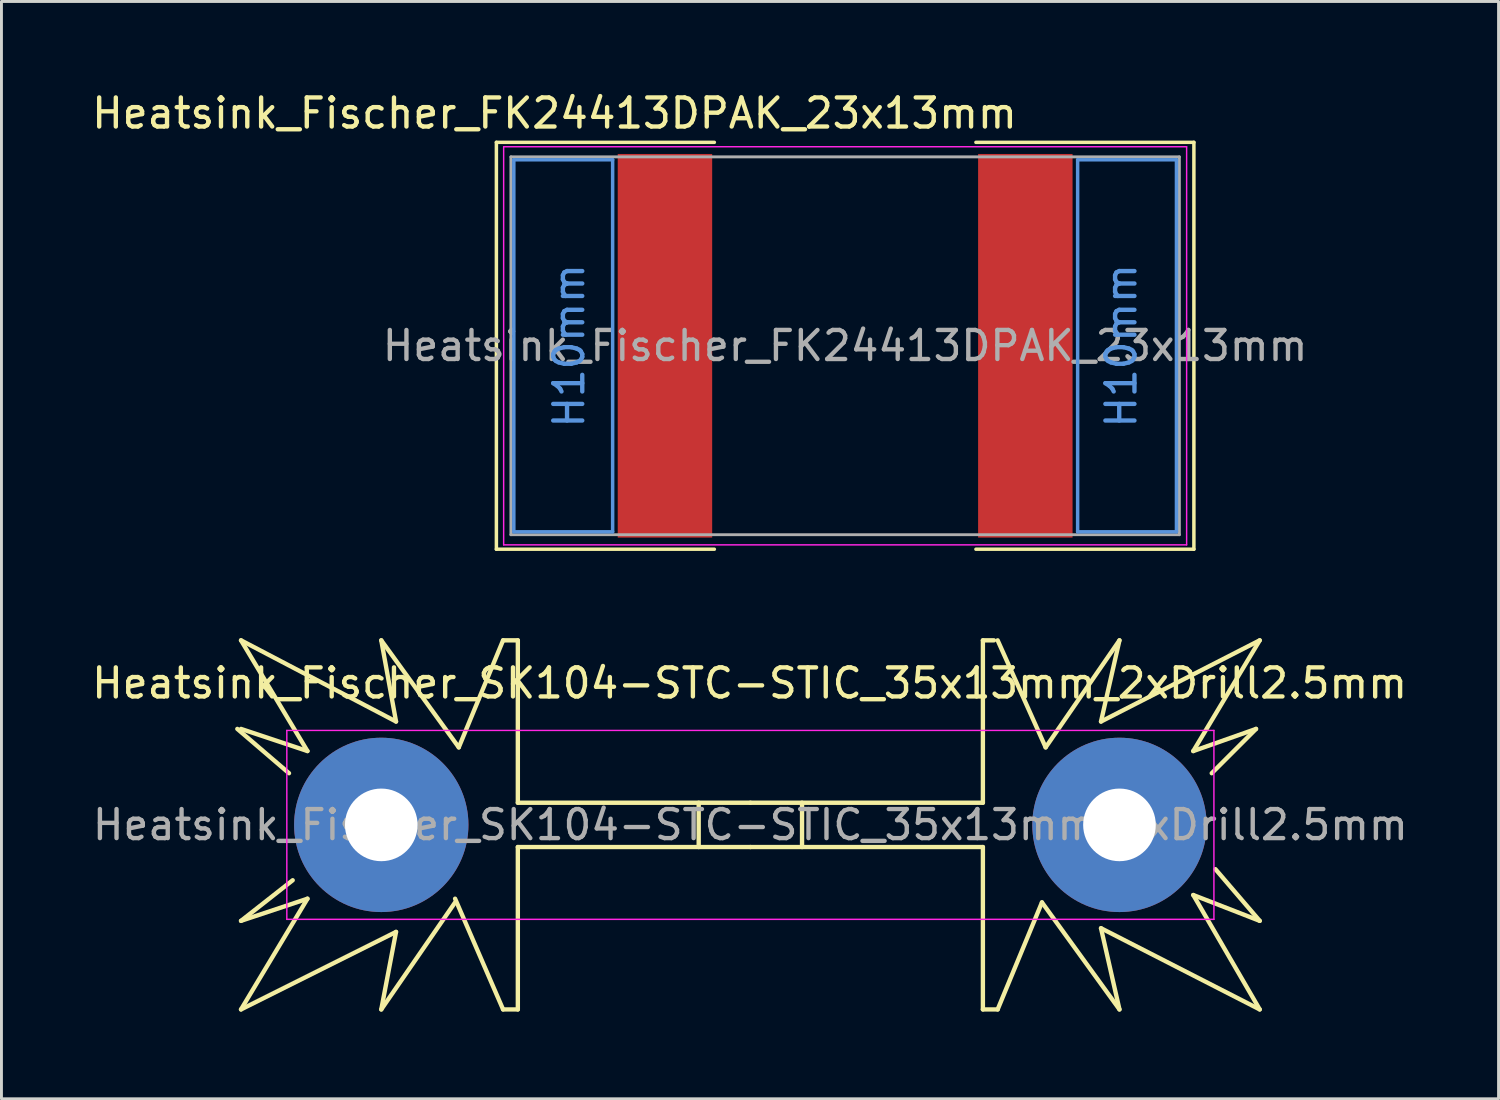
<source format=kicad_pcb>
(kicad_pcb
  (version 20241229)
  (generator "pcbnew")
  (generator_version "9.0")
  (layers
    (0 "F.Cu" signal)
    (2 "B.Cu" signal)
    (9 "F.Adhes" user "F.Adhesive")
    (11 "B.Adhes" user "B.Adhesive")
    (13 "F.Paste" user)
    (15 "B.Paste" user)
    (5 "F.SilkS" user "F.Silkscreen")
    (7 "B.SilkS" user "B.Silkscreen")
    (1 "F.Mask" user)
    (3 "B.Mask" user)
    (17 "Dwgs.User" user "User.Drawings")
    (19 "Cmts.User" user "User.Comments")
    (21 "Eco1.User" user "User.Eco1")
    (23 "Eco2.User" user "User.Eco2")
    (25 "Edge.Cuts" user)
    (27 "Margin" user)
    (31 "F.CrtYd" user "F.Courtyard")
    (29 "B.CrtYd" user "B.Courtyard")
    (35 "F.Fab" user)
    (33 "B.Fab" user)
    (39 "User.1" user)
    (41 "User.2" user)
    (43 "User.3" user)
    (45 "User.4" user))
  (footprint "Heatsink_Fischer_FK24413DPAK_23x13mm"
    (layer "F.Cu")
    (at 26.03 8.848)
    (property "Reference" "Heatsink_Fischer_FK24413DPAK_23x13mm" (at -10 -8 180) (layer "F.SilkS") (effects (font (size 1 1) (thickness 0.15))))
    (attr smd)
    (fp_line (start -12 -7) (end -4.5 -7) (stroke (width 0.12) (type solid)) (layer "F.SilkS"))
    (fp_line (start -12 7) (end -12 -7) (stroke (width 0.12) (type solid)) (layer "F.SilkS"))
    (fp_line (start -12 7) (end -4.5 7) (stroke (width 0.12) (type solid)) (layer "F.SilkS"))
    (fp_line (start 4.5 -7) (end 12 -7) (stroke (width 0.12) (type solid)) (layer "F.SilkS"))
    (fp_line (start 4.5 7) (end 12 7) (stroke (width 0.12) (type solid)) (layer "F.SilkS"))
    (fp_line (start 12 -7) (end 12 7) (stroke (width 0.12) (type solid)) (layer "F.SilkS"))
    (fp_line (start -11.4 -6.4) (end -8 -6.4) (stroke (width 0.12) (type solid)) (layer "Cmts.User"))
    (fp_line (start -11.4 6.4) (end -11.4 -6.4) (stroke (width 0.12) (type solid)) (layer "Cmts.User"))
    (fp_line (start -8 -6.4) (end -8 6.4) (stroke (width 0.12) (type solid)) (layer "Cmts.User"))
    (fp_line (start -8 6.4) (end -11.4 6.4) (stroke (width 0.12) (type solid)) (layer "Cmts.User"))
    (fp_line (start 8 6.4) (end 8 -6.4) (stroke (width 0.12) (type solid)) (layer "Cmts.User"))
    (fp_line (start 8 6.4) (end 11.4 6.4) (stroke (width 0.12) (type solid)) (layer "Cmts.User"))
    (fp_line (start 11.4 -6.4) (end 8 -6.4) (stroke (width 0.12) (type solid)) (layer "Cmts.User"))
    (fp_line (start 11.4 6.4) (end 11.4 -6.4) (stroke (width 0.12) (type solid)) (layer "Cmts.User"))
    (fp_line (start -11.75 -6.85) (end -11.75 6.85) (stroke (width 0.05) (type solid)) (layer "F.CrtYd"))
    (fp_line (start -11.75 -6.85) (end 11.75 -6.85) (stroke (width 0.05) (type solid)) (layer "F.CrtYd"))
    (fp_line (start 11.75 6.85) (end -11.75 6.85) (stroke (width 0.05) (type solid)) (layer "F.CrtYd"))
    (fp_line (start 11.75 6.85) (end 11.75 -6.85) (stroke (width 0.05) (type solid)) (layer "F.CrtYd"))
    (fp_line (start -11.5 -6.5) (end 11.5 -6.5) (stroke (width 0.1) (type solid)) (layer "F.Fab"))
    (fp_line (start -11.5 6.5) (end -11.5 -6.5) (stroke (width 0.1) (type solid)) (layer "F.Fab"))
    (fp_line (start 11.5 -6.5) (end 11.5 6.5) (stroke (width 0.1) (type solid)) (layer "F.Fab"))
    (fp_line (start 11.5 6.5) (end -11.5 6.5) (stroke (width 0.1) (type solid)) (layer "F.Fab"))
    (fp_text user "H10mm" (at -9.5 0 90) (layer "Cmts.User") (effects (font (size 1 1) (thickness 0.15))))
    (fp_text user "H10mm" (at 9.5 0 90) (layer "Cmts.User") (effects (font (size 1 1) (thickness 0.15))))
    (fp_text user "${REFERENCE}" (at 0 0 0) (layer "F.Fab") (effects (font (size 1 1) (thickness 0.15))))
    (pad "1" smd rect (at -6.2 0 180) (size 3.25 13.2) (layers "F.Cu" "F.Mask" "F.Paste"))
    (pad "1" smd rect (at 6.2 0) (size 3.25 13.2) (layers "F.Cu" "F.Mask" "F.Paste")))
  (footprint "Heatsink_Fischer_SK104-STC-STIC_35x13mm_2xDrill2.5mm"
    (layer "F.Cu")
    (at 22.769 25.333)
    (property "Reference" "Heatsink_Fischer_SK104-STC-STIC_35x13mm_2xDrill2.5mm" (at -0.025 -4.875 0) (layer "F.SilkS") (effects (font (size 1 1) (thickness 0.15))))
    (attr through_hole)
    (fp_line (start -17.653 -3.302) (end -15.875 -1.778) (stroke (width 0.15) (type solid)) (layer "F.SilkS"))
    (fp_line (start -17.526 -3.302) (end -15.24 -2.54) (stroke (width 0.15) (type solid)) (layer "F.SilkS"))
    (fp_line (start -17.526 3.302) (end -15.748 1.905) (stroke (width 0.15) (type solid)) (layer "F.SilkS"))
    (fp_line (start -17.526 3.302) (end -15.24 2.54) (stroke (width 0.15) (type solid)) (layer "F.SilkS"))
    (fp_line (start -15.24 -2.54) (end -17.526 -6.35) (stroke (width 0.15) (type solid)) (layer "F.SilkS"))
    (fp_line (start -15.24 2.54) (end -17.526 6.35) (stroke (width 0.15) (type solid)) (layer "F.SilkS"))
    (fp_line (start -12.7 -6.35) (end -12.192 -3.556) (stroke (width 0.15) (type solid)) (layer "F.SilkS"))
    (fp_line (start -12.7 6.35) (end -12.192 3.683) (stroke (width 0.15) (type solid)) (layer "F.SilkS"))
    (fp_line (start -12.192 -3.556) (end -17.526 -6.35) (stroke (width 0.15) (type solid)) (layer "F.SilkS"))
    (fp_line (start -12.192 3.683) (end -17.526 6.35) (stroke (width 0.15) (type solid)) (layer "F.SilkS"))
    (fp_line (start -10.16 2.667) (end -12.7 6.35) (stroke (width 0.15) (type solid)) (layer "F.SilkS"))
    (fp_line (start -10.033 -2.667) (end -12.7 -6.35) (stroke (width 0.15) (type solid)) (layer "F.SilkS"))
    (fp_line (start -8.509 -6.35) (end -10.033 -2.667) (stroke (width 0.15) (type solid)) (layer "F.SilkS"))
    (fp_line (start -8.509 6.35) (end -10.16 2.54) (stroke (width 0.15) (type solid)) (layer "F.SilkS"))
    (fp_line (start -8.509 6.35) (end -8.001 6.35) (stroke (width 0.15) (type solid)) (layer "F.SilkS"))
    (fp_line (start -8.001 -6.35) (end -8.509 -6.35) (stroke (width 0.15) (type solid)) (layer "F.SilkS"))
    (fp_line (start -8.001 -0.762) (end -8.001 -6.35) (stroke (width 0.15) (type solid)) (layer "F.SilkS"))
    (fp_line (start -8.001 0.762) (end -8.001 6.35) (stroke (width 0.15) (type solid)) (layer "F.SilkS"))
    (fp_line (start -1.778 -0.762) (end -1.778 0.762) (stroke (width 0.15) (type solid)) (layer "F.SilkS"))
    (fp_line (start 0 -0.762) (end -8.001 -0.762) (stroke (width 0.15) (type solid)) (layer "F.SilkS"))
    (fp_line (start 0 -0.762) (end 8.001 -0.762) (stroke (width 0.15) (type solid)) (layer "F.SilkS"))
    (fp_line (start 0 0.762) (end -8.001 0.762) (stroke (width 0.15) (type solid)) (layer "F.SilkS"))
    (fp_line (start 0 0.762) (end 8.001 0.762) (stroke (width 0.15) (type solid)) (layer "F.SilkS"))
    (fp_line (start 1.778 -0.762) (end 1.778 0.762) (stroke (width 0.15) (type solid)) (layer "F.SilkS"))
    (fp_line (start 8.001 -6.35) (end 8.382 -6.35) (stroke (width 0.15) (type solid)) (layer "F.SilkS"))
    (fp_line (start 8.001 -0.762) (end 8.001 -6.35) (stroke (width 0.15) (type solid)) (layer "F.SilkS"))
    (fp_line (start 8.001 0.762) (end 8.001 6.35) (stroke (width 0.15) (type solid)) (layer "F.SilkS"))
    (fp_line (start 8.001 6.35) (end 8.509 6.35) (stroke (width 0.15) (type solid)) (layer "F.SilkS"))
    (fp_line (start 8.509 -6.35) (end 10.16 -2.667) (stroke (width 0.15) (type solid)) (layer "F.SilkS"))
    (fp_line (start 8.509 6.35) (end 10.033 2.667) (stroke (width 0.15) (type solid)) (layer "F.SilkS"))
    (fp_line (start 10.033 2.667) (end 12.7 6.35) (stroke (width 0.15) (type solid)) (layer "F.SilkS"))
    (fp_line (start 10.16 -2.667) (end 12.7 -6.35) (stroke (width 0.15) (type solid)) (layer "F.SilkS"))
    (fp_line (start 12.065 -3.556) (end 12.7 -6.35) (stroke (width 0.15) (type solid)) (layer "F.SilkS"))
    (fp_line (start 12.065 3.556) (end 17.526 6.35) (stroke (width 0.15) (type solid)) (layer "F.SilkS"))
    (fp_line (start 12.7 6.35) (end 12.065 3.556) (stroke (width 0.15) (type solid)) (layer "F.SilkS"))
    (fp_line (start 15.24 -2.54) (end 17.399 -3.302) (stroke (width 0.15) (type solid)) (layer "F.SilkS"))
    (fp_line (start 15.24 2.413) (end 17.526 3.302) (stroke (width 0.15) (type solid)) (layer "F.SilkS"))
    (fp_line (start 17.399 -3.302) (end 15.875 -1.778) (stroke (width 0.15) (type solid)) (layer "F.SilkS"))
    (fp_line (start 17.526 -6.35) (end 12.065 -3.556) (stroke (width 0.15) (type solid)) (layer "F.SilkS"))
    (fp_line (start 17.526 -6.35) (end 15.24 -2.54) (stroke (width 0.15) (type solid)) (layer "F.SilkS"))
    (fp_line (start 17.526 3.302) (end 16.002 1.524) (stroke (width 0.15) (type solid)) (layer "F.SilkS"))
    (fp_line (start 17.526 6.35) (end 15.24 2.413) (stroke (width 0.15) (type solid)) (layer "F.SilkS"))
    (fp_line (start -15.95 -3.25) (end -15.95 3.25) (stroke (width 0.05) (type solid)) (layer "F.CrtYd"))
    (fp_line (start -15.95 -3.25) (end 15.95 -3.25) (stroke (width 0.05) (type solid)) (layer "F.CrtYd"))
    (fp_line (start 15.95 3.25) (end -15.95 3.25) (stroke (width 0.05) (type solid)) (layer "F.CrtYd"))
    (fp_line (start 15.95 3.25) (end 15.95 -3.25) (stroke (width 0.05) (type solid)) (layer "F.CrtYd"))
    (fp_text user "${REFERENCE}" (at 0 0 0) (layer "F.Fab") (effects (font (size 1 1) (thickness 0.15))))
    (pad "1" thru_hole circle (at -12.7 0) (size 5.999 5.999) (drill 2.499) (layers "*.Cu" "*.Mask"))
    (pad "1" thru_hole circle (at 12.7 0) (size 5.999 5.999) (drill 2.499) (layers "*.Cu" "*.Mask")))
  (gr_rect
    (start -3 -3)
    (end 48.513 34.758)
    (stroke (width 0.1) (type default))
    (fill no)
    (layer "Edge.Cuts")))
</source>
